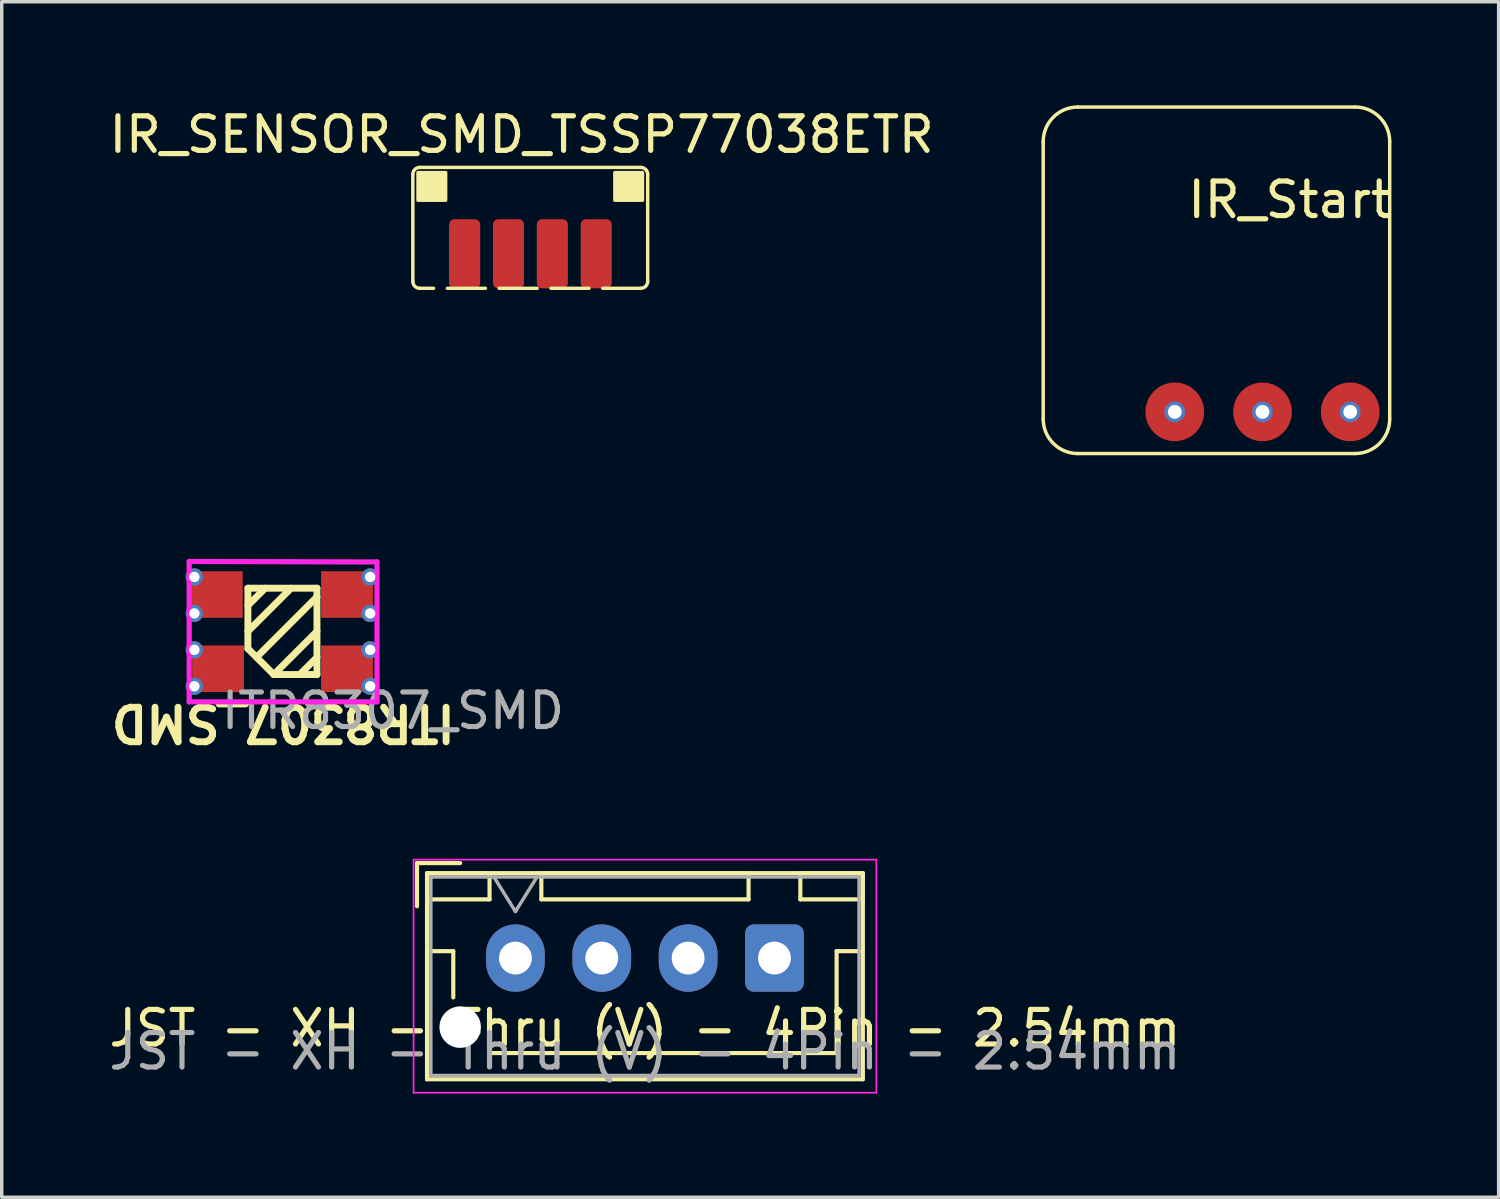
<source format=kicad_pcb>
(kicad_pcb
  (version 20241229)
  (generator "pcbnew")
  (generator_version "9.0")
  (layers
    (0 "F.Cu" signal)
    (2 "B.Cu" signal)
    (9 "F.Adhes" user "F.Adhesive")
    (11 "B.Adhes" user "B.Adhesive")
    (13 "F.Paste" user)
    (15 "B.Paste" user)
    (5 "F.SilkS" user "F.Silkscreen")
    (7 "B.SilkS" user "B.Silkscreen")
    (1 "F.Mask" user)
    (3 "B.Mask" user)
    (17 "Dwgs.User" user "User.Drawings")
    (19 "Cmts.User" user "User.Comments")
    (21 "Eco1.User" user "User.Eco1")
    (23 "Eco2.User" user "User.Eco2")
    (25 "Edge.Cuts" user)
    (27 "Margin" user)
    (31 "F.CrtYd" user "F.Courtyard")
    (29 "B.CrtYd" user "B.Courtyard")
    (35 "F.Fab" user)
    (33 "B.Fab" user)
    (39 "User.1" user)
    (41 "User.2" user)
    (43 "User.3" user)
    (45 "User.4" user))
  (footprint "ITR8307_SMD"
    (layer "F.Cu")
    (at 5.128 15.232)
    (property "Reference" "ITR8307_SMD" (at 0.025 2.649 180) (unlocked yes) (layer "F.SilkS") (effects (font (size 1 1) (thickness 0.2) (bold yes))))
    (attr smd)
    (fp_line (start -1 -1.25) (end 1 -1.25) (stroke (width 0.2) (type default)) (layer "F.SilkS"))
    (fp_line (start -1 -0.75) (end -0.5 -1.25) (stroke (width 0.2) (type default)) (layer "F.SilkS"))
    (fp_line (start -1 0) (end 0.25 -1.25) (stroke (width 0.2) (type default)) (layer "F.SilkS"))
    (fp_line (start -1 0.5) (end -1 -1.25) (stroke (width 0.2) (type default)) (layer "F.SilkS"))
    (fp_line (start -0.75 0.75) (end 1 -1) (stroke (width 0.2) (type default)) (layer "F.SilkS"))
    (fp_line (start -0.25 1.25) (end -1 0.5) (stroke (width 0.2) (type default)) (layer "F.SilkS"))
    (fp_line (start 0.5 1.25) (end 1 0.75) (stroke (width 0.2) (type default)) (layer "F.SilkS"))
    (fp_line (start 1 -1.25) (end 1 1.25) (stroke (width 0.2) (type default)) (layer "F.SilkS"))
    (fp_line (start 1 0) (end -0.25 1.25) (stroke (width 0.2) (type default)) (layer "F.SilkS"))
    (fp_line (start 1 1.25) (end -0.25 1.25) (stroke (width 0.2) (type default)) (layer "F.SilkS"))
    (fp_line (start -2.7 -2.024) (end 2.738 -2.01) (stroke (width 0.15) (type solid)) (layer "F.CrtYd"))
    (fp_line (start -2.7 2.04) (end -2.7 -2.024) (stroke (width 0.15) (type solid)) (layer "F.CrtYd"))
    (fp_line (start 2.738 -2.01) (end 2.74 2.04) (stroke (width 0.15) (type solid)) (layer "F.CrtYd"))
    (fp_line (start 2.74 2.04) (end -2.7 2.04) (stroke (width 0.15) (type solid)) (layer "F.CrtYd"))
    (fp_text user "${REFERENCE}" (at 3.2 2.3 0) (unlocked yes) (layer "F.Fab") (effects (font (size 1 1) (thickness 0.15))))
    (pad "1" thru_hole circle (at -2.55 0.535 180) (size 0.5 0.5) (drill 0.3) (layers "*.Cu" "*.Mask"))
    (pad "1" thru_hole circle (at -2.55 1.59 180) (size 0.5 0.5) (drill 0.3) (layers "*.Cu" "*.Mask"))
    (pad "1" smd rect (at -1.864 1.083 180) (size 1.5 1.35) (layers "F.Cu" "F.Mask" "F.Paste"))
    (pad "2" smd rect (at 1.87 1.083 180) (size 1.5 1.35) (layers "F.Cu" "F.Mask" "F.Paste"))
    (pad "2" thru_hole circle (at 2.54 0.535 180) (size 0.5 0.5) (drill 0.3) (layers "*.Cu" "*.Mask"))
    (pad "2" thru_hole circle (at 2.54 1.59 180) (size 0.5 0.5) (drill 0.3) (layers "*.Cu" "*.Mask"))
    (pad "3" smd rect (at 1.87 -1.067 180) (size 1.5 1.35) (layers "F.Cu" "F.Mask" "F.Paste"))
    (pad "3" thru_hole circle (at 2.54 -1.575 180) (size 0.5 0.5) (drill 0.3) (layers "*.Cu" "*.Mask"))
    (pad "3" thru_hole circle (at 2.54 -0.52 180) (size 0.5 0.5) (drill 0.3) (layers "*.Cu" "*.Mask"))
    (pad "4" thru_hole circle (at -2.55 -1.575 180) (size 0.5 0.5) (drill 0.3) (layers "*.Cu" "*.Mask"))
    (pad "4" thru_hole circle (at -2.55 -0.52 180) (size 0.5 0.5) (drill 0.3) (layers "*.Cu" "*.Mask"))
    (pad "4" smd rect (at -1.9 -1.067 180) (size 1.5 1.35) (layers "F.Cu" "F.Mask" "F.Paste")))
  (footprint "IR_Start"
    (layer "F.Cu")
    (at 32.161 5.066)
    (property "Reference" "IR_Start" (at 2.13 -2.33 0) (layer "F.SilkS") (effects (font (size 1 1) (thickness 0.15))))
    (attr through_hole)
    (fp_line (start -5.004 4.016) (end -5.004 -4.016) (stroke (width 0.1) (type default)) (layer "F.SilkS"))
    (fp_line (start -4.004 -5.016) (end 4.029 -5.016) (stroke (width 0.1) (type default)) (layer "F.SilkS"))
    (fp_line (start 4.029 5.016) (end -4.004 5.016) (stroke (width 0.1) (type default)) (layer "F.SilkS"))
    (fp_line (start 5.029 -4.016) (end 5.029 4.016) (stroke (width 0.1) (type default)) (layer "F.SilkS"))
    (fp_arc (start -5.0038 -4.0165) (mid -4.710907 -4.723607) (end -4.0038 -5.0165) (stroke (width 0.1) (type default)) (layer "F.SilkS"))
    (fp_arc (start -4.0038 5.0165) (mid -4.710907 4.723607) (end -5.0038 4.0165) (stroke (width 0.1) (type default)) (layer "F.SilkS"))
    (fp_arc (start 4.0292 -5.0165) (mid 4.736307 -4.723607) (end 5.0292 -4.0165) (stroke (width 0.1) (type default)) (layer "F.SilkS"))
    (fp_arc (start 5.0292 4.0165) (mid 4.736307 4.723607) (end 4.0292 5.0165) (stroke (width 0.1) (type default)) (layer "F.SilkS"))
    (pad "1" thru_hole circle (at -1.194 3.81 90) (size 0.6 0.6) (drill 0.4) (layers "*.Cu" "*.Mask"))
    (pad "1" smd circle (at -1.194 3.81 90) (size 1.7 1.7) (layers "F.Cu" "F.Mask" "F.Paste"))
    (pad "2" thru_hole circle (at 1.346 3.81 90) (size 0.6 0.6) (drill 0.4) (layers "*.Cu" "*.Mask"))
    (pad "2" smd circle (at 1.346 3.81 90) (size 1.7 1.7) (layers "F.Cu" "F.Mask" "F.Paste"))
    (pad "3" thru_hole circle (at 3.886 3.81 90) (size 0.6 0.6) (drill 0.4) (layers "*.Cu" "*.Mask"))
    (pad "3" smd circle (at 3.886 3.81 90) (size 1.7 1.7) (layers "F.Cu" "F.Mask" "F.Paste")))
  (footprint "JST - XH - Thru (V) - 4Pin - 2.54mm"
    (layer "F.Cu")
    (at 11.875 24.692)
    (property "Reference" "JST - XH - Thru (V) - 4Pin - 2.54mm" (at 3.75 2.032 0) (layer "F.SilkS") (effects (font (size 1 1) (thickness 0.15))))
    (attr through_hole)
    (fp_line (start -2.85 -2.75) (end -2.85 -1.5) (stroke (width 0.12) (type solid)) (layer "F.SilkS"))
    (fp_line (start -2.56 -2.46) (end -2.56 3.51) (stroke (width 0.12) (type solid)) (layer "F.SilkS"))
    (fp_line (start -2.56 3.51) (end 10.06 3.51) (stroke (width 0.12) (type solid)) (layer "F.SilkS"))
    (fp_line (start -2.55 -2.45) (end -2.55 -1.7) (stroke (width 0.12) (type solid)) (layer "F.SilkS"))
    (fp_line (start -2.55 -1.7) (end -0.75 -1.7) (stroke (width 0.12) (type solid)) (layer "F.SilkS"))
    (fp_line (start -2.55 -0.2) (end -1.8 -0.2) (stroke (width 0.12) (type solid)) (layer "F.SilkS"))
    (fp_line (start -1.8 -0.2) (end -1.8 1.14) (stroke (width 0.12) (type solid)) (layer "F.SilkS"))
    (fp_line (start -1.6 -2.75) (end -2.85 -2.75) (stroke (width 0.12) (type solid)) (layer "F.SilkS"))
    (fp_line (start -0.75 -2.45) (end -2.55 -2.45) (stroke (width 0.12) (type solid)) (layer "F.SilkS"))
    (fp_line (start -0.75 -1.7) (end -0.75 -2.45) (stroke (width 0.12) (type solid)) (layer "F.SilkS"))
    (fp_line (start 0.75 -2.45) (end 0.75 -1.7) (stroke (width 0.12) (type solid)) (layer "F.SilkS"))
    (fp_line (start 0.75 -1.7) (end 6.75 -1.7) (stroke (width 0.12) (type solid)) (layer "F.SilkS"))
    (fp_line (start 3.75 2.75) (end -0.74 2.75) (stroke (width 0.12) (type solid)) (layer "F.SilkS"))
    (fp_line (start 6.75 -2.45) (end 0.75 -2.45) (stroke (width 0.12) (type solid)) (layer "F.SilkS"))
    (fp_line (start 6.75 -1.7) (end 6.75 -2.45) (stroke (width 0.12) (type solid)) (layer "F.SilkS"))
    (fp_line (start 8.25 -2.45) (end 8.25 -1.7) (stroke (width 0.12) (type solid)) (layer "F.SilkS"))
    (fp_line (start 8.25 -1.7) (end 10.05 -1.7) (stroke (width 0.12) (type solid)) (layer "F.SilkS"))
    (fp_line (start 9.3 -0.2) (end 9.3 2.75) (stroke (width 0.12) (type solid)) (layer "F.SilkS"))
    (fp_line (start 9.3 2.75) (end 3.75 2.75) (stroke (width 0.12) (type solid)) (layer "F.SilkS"))
    (fp_line (start 10.05 -2.45) (end 8.25 -2.45) (stroke (width 0.12) (type solid)) (layer "F.SilkS"))
    (fp_line (start 10.05 -1.7) (end 10.05 -2.45) (stroke (width 0.12) (type solid)) (layer "F.SilkS"))
    (fp_line (start 10.05 -0.2) (end 9.3 -0.2) (stroke (width 0.12) (type solid)) (layer "F.SilkS"))
    (fp_line (start 10.06 -2.46) (end -2.56 -2.46) (stroke (width 0.12) (type solid)) (layer "F.SilkS"))
    (fp_line (start 10.06 3.51) (end 10.06 -2.46) (stroke (width 0.12) (type solid)) (layer "F.SilkS"))
    (fp_line (start -2.95 -2.85) (end -2.95 3.9) (stroke (width 0.05) (type solid)) (layer "F.CrtYd"))
    (fp_line (start -2.95 3.9) (end 10.45 3.9) (stroke (width 0.05) (type solid)) (layer "F.CrtYd"))
    (fp_line (start 10.45 -2.85) (end -2.95 -2.85) (stroke (width 0.05) (type solid)) (layer "F.CrtYd"))
    (fp_line (start 10.45 3.9) (end 10.45 -2.85) (stroke (width 0.05) (type solid)) (layer "F.CrtYd"))
    (fp_line (start -2.45 -2.35) (end -2.45 3.4) (stroke (width 0.1) (type solid)) (layer "F.Fab"))
    (fp_line (start -2.45 3.4) (end 9.95 3.4) (stroke (width 0.1) (type solid)) (layer "F.Fab"))
    (fp_line (start -0.625 -2.35) (end 0 -1.35) (stroke (width 0.1) (type solid)) (layer "F.Fab"))
    (fp_line (start 0 -1.35) (end 0.625 -2.35) (stroke (width 0.1) (type solid)) (layer "F.Fab"))
    (fp_line (start 9.95 -2.35) (end -2.45 -2.35) (stroke (width 0.1) (type solid)) (layer "F.Fab"))
    (fp_line (start 9.95 3.4) (end 9.95 -2.35) (stroke (width 0.1) (type solid)) (layer "F.Fab"))
    (fp_text user "${REFERENCE}" (at 3.75 2.7 0) (layer "F.Fab") (effects (font (size 1 1) (thickness 0.15))))
    (pad "" np_thru_hole circle (at -1.6 2) (size 1.2 1.2) (drill 1.2) (layers "*.Cu" "*.Mask"))
    (pad "1" thru_hole roundrect (at 7.5 0) (size 1.7 1.95) (drill 0.95) (layers "*.Cu" "*.Mask") (roundrect_rratio 0.147))
    (pad "2" thru_hole oval (at 5 0) (size 1.7 1.95) (drill 0.95) (layers "*.Cu" "*.Mask"))
    (pad "3" thru_hole oval (at 2.5 0) (size 1.7 1.95) (drill 0.95) (layers "*.Cu" "*.Mask"))
    (pad "4" thru_hole oval (at 0 0) (size 1.7 1.95) (drill 0.95) (layers "*.Cu" "*.Mask")))
  (footprint "IR_SENSOR_SMD_TSSP77038ETR"
    (layer "F.Cu")
    (at 10.404 4.298)
    (property "Reference" "IR_SENSOR_SMD_TSSP77038ETR" (at 1.65 -3.45 180) (layer "F.SilkS") (effects (font (size 1 1) (thickness 0.15))))
    (attr smd)
    (fp_line (start -1.5 0.8) (end -1.5 -2.3) (stroke (width 0.1) (type solid)) (layer "F.SilkS"))
    (fp_line (start -1.3 -2.5) (end 5.1 -2.5) (stroke (width 0.1) (type default)) (layer "F.SilkS"))
    (fp_line (start 5.1 1) (end -1.3 1) (stroke (width 0.1) (type dash)) (layer "F.SilkS"))
    (fp_line (start 5.3 -2.3) (end 5.3 0.8) (stroke (width 0.1) (type default)) (layer "F.SilkS"))
    (fp_rect (start -1.35 -2.35) (end -0.55 -1.55) (stroke (width 0.1) (type solid)) (fill yes) (layer "F.SilkS"))
    (fp_rect (start 4.35 -2.35) (end 5.15 -1.55) (stroke (width 0.1) (type solid)) (fill yes) (layer "F.SilkS"))
    (fp_arc (start -1.5 -2.3) (mid -1.441421 -2.441421) (end -1.3 -2.5) (stroke (width 0.1) (type default)) (layer "F.SilkS"))
    (fp_arc (start -1.3 1) (mid -1.441421 0.941421) (end -1.5 0.8) (stroke (width 0.1) (type default)) (layer "F.SilkS"))
    (fp_arc (start 5.1 -2.5) (mid 5.241421 -2.441421) (end 5.3 -2.3) (stroke (width 0.1) (type default)) (layer "F.SilkS"))
    (fp_arc (start 5.3 0.8) (mid 5.241421 0.941421) (end 5.1 1) (stroke (width 0.1) (type default)) (layer "F.SilkS"))
    (pad "1" smd roundrect (at 0 0 90) (size 2 0.9) (layers "F.Cu" "F.Mask" "F.Paste") (roundrect_rratio 0.167))
    (pad "2" smd roundrect (at 1.27 0 90) (size 2 0.9) (layers "F.Cu" "F.Mask" "F.Paste") (roundrect_rratio 0.167))
    (pad "3" smd roundrect (at 2.54 0 90) (size 2 0.9) (layers "F.Cu" "F.Mask" "F.Paste") (roundrect_rratio 0.167))
    (pad "4" smd roundrect (at 3.81 0 90) (size 2 0.9) (layers "F.Cu" "F.Mask" "F.Paste") (roundrect_rratio 0.167)))
  (gr_rect
    (start -3 -3)
    (end 40.345 31.617)
    (stroke (width 0.1) (type default))
    (fill no)
    (layer "Edge.Cuts")))
</source>
